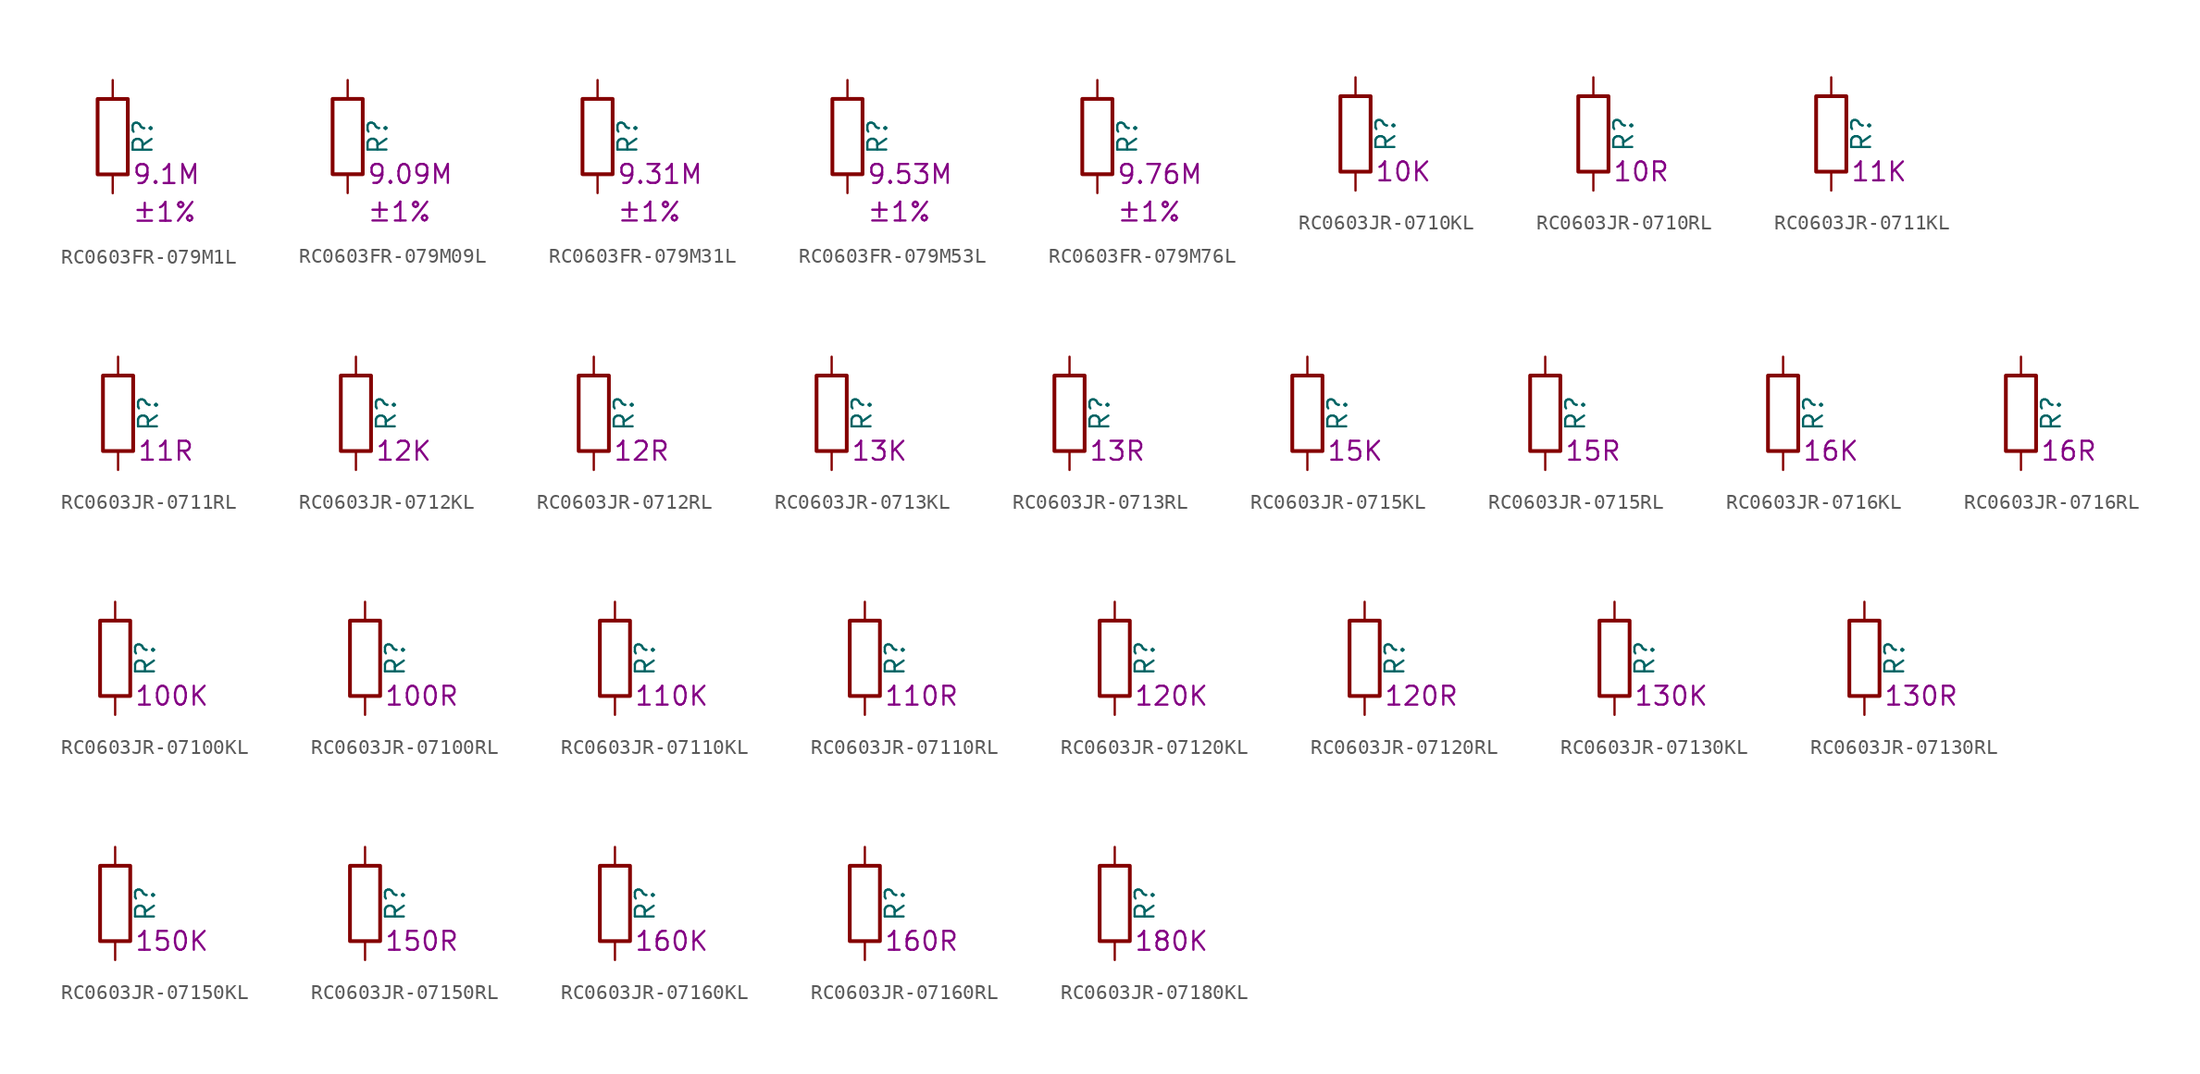
<source format=kicad_sym>
(kicad_symbol_lib
  (version 20220914)
  (generator kicad_symbol_editor)
  (symbol "RC0603FR-079M1L"
    (pin_numbers hide)
    (pin_names
      (offset 0))
    (property "Reference" "R"
      (at 2.032 0 90)
      (effects (font (size 1.27 1.27))))
    (property "Resistance" "9.1M"
      (at 1.27 -2.54 0)
      (effects (font (size 1.27 1.27)) (justify left)))
    (property "Tolerance" "±1%"
      (at 1.27 -5.08 0)
      (effects (font (size 1.27 1.27)) (justify left)))
    (symbol "RC0603FR-079M1L_0_1"
      (rectangle (start -1.016 -2.54) (end 1.016 2.54) (stroke (width 0.254) (type default)) (fill (type none))))
    (symbol "RC0603FR-079M1L_1_1"
      (pin passive line (at 0 3.81 270) (length 1.27) (name "~" (effects (font (size 1.27 1.27)))) (number "1" (effects (font (size 1.27 1.27)))))
      (pin passive line (at 0 -3.81 90) (length 1.27) (name "~" (effects (font (size 1.27 1.27)))) (number "2" (effects (font (size 1.27 1.27)))))))
  (symbol "RC0603FR-079M09L"
    (pin_numbers hide)
    (pin_names
      (offset 0))
    (property "Reference" "R"
      (at 2.032 0 90)
      (effects (font (size 1.27 1.27))))
    (property "Resistance" "9.09M"
      (at 1.27 -2.54 0)
      (effects (font (size 1.27 1.27)) (justify left)))
    (property "Tolerance" "±1%"
      (at 1.27 -5.08 0)
      (effects (font (size 1.27 1.27)) (justify left)))
    (symbol "RC0603FR-079M09L_0_1"
      (rectangle (start -1.016 -2.54) (end 1.016 2.54) (stroke (width 0.254) (type default)) (fill (type none))))
    (symbol "RC0603FR-079M09L_1_1"
      (pin passive line (at 0 3.81 270) (length 1.27) (name "~" (effects (font (size 1.27 1.27)))) (number "1" (effects (font (size 1.27 1.27)))))
      (pin passive line (at 0 -3.81 90) (length 1.27) (name "~" (effects (font (size 1.27 1.27)))) (number "2" (effects (font (size 1.27 1.27)))))))
  (symbol "RC0603FR-079M31L"
    (pin_numbers hide)
    (pin_names
      (offset 0))
    (property "Reference" "R"
      (at 2.032 0 90)
      (effects (font (size 1.27 1.27))))
    (property "Resistance" "9.31M"
      (at 1.27 -2.54 0)
      (effects (font (size 1.27 1.27)) (justify left)))
    (property "Tolerance" "±1%"
      (at 1.27 -5.08 0)
      (effects (font (size 1.27 1.27)) (justify left)))
    (symbol "RC0603FR-079M31L_0_1"
      (rectangle (start -1.016 -2.54) (end 1.016 2.54) (stroke (width 0.254) (type default)) (fill (type none))))
    (symbol "RC0603FR-079M31L_1_1"
      (pin passive line (at 0 3.81 270) (length 1.27) (name "~" (effects (font (size 1.27 1.27)))) (number "1" (effects (font (size 1.27 1.27)))))
      (pin passive line (at 0 -3.81 90) (length 1.27) (name "~" (effects (font (size 1.27 1.27)))) (number "2" (effects (font (size 1.27 1.27)))))))
  (symbol "RC0603FR-079M53L"
    (pin_numbers hide)
    (pin_names
      (offset 0))
    (property "Reference" "R"
      (at 2.032 0 90)
      (effects (font (size 1.27 1.27))))
    (property "Resistance" "9.53M"
      (at 1.27 -2.54 0)
      (effects (font (size 1.27 1.27)) (justify left)))
    (property "Tolerance" "±1%"
      (at 1.27 -5.08 0)
      (effects (font (size 1.27 1.27)) (justify left)))
    (symbol "RC0603FR-079M53L_0_1"
      (rectangle (start -1.016 -2.54) (end 1.016 2.54) (stroke (width 0.254) (type default)) (fill (type none))))
    (symbol "RC0603FR-079M53L_1_1"
      (pin passive line (at 0 3.81 270) (length 1.27) (name "~" (effects (font (size 1.27 1.27)))) (number "1" (effects (font (size 1.27 1.27)))))
      (pin passive line (at 0 -3.81 90) (length 1.27) (name "~" (effects (font (size 1.27 1.27)))) (number "2" (effects (font (size 1.27 1.27)))))))
  (symbol "RC0603FR-079M76L"
    (pin_numbers hide)
    (pin_names
      (offset 0))
    (property "Reference" "R"
      (at 2.032 0 90)
      (effects (font (size 1.27 1.27))))
    (property "Resistance" "9.76M"
      (at 1.27 -2.54 0)
      (effects (font (size 1.27 1.27)) (justify left)))
    (property "Tolerance" "±1%"
      (at 1.27 -5.08 0)
      (effects (font (size 1.27 1.27)) (justify left)))
    (symbol "RC0603FR-079M76L_0_1"
      (rectangle (start -1.016 -2.54) (end 1.016 2.54) (stroke (width 0.254) (type default)) (fill (type none))))
    (symbol "RC0603FR-079M76L_1_1"
      (pin passive line (at 0 3.81 270) (length 1.27) (name "~" (effects (font (size 1.27 1.27)))) (number "1" (effects (font (size 1.27 1.27)))))
      (pin passive line (at 0 -3.81 90) (length 1.27) (name "~" (effects (font (size 1.27 1.27)))) (number "2" (effects (font (size 1.27 1.27)))))))
  (symbol "RC0603JR-0710KL"
    (pin_numbers hide)
    (pin_names
      (offset 0))
    (property "Reference" "R"
      (at 2.032 0 90)
      (effects (font (size 1.27 1.27))))
    (property "Resistance" "10K"
      (at 1.27 -2.54 0)
      (effects (font (size 1.27 1.27)) (justify left)))
    (symbol "RC0603JR-0710KL_0_1"
      (rectangle (start -1.016 -2.54) (end 1.016 2.54) (stroke (width 0.254) (type default)) (fill (type none))))
    (symbol "RC0603JR-0710KL_1_1"
      (pin passive line (at 0 3.81 270) (length 1.27) (name "~" (effects (font (size 1.27 1.27)))) (number "1" (effects (font (size 1.27 1.27)))))
      (pin passive line (at 0 -3.81 90) (length 1.27) (name "~" (effects (font (size 1.27 1.27)))) (number "2" (effects (font (size 1.27 1.27)))))))
  (symbol "RC0603JR-0710RL"
    (pin_numbers hide)
    (pin_names
      (offset 0))
    (property "Reference" "R"
      (at 2.032 0 90)
      (effects (font (size 1.27 1.27))))
    (property "Resistance" "10R"
      (at 1.27 -2.54 0)
      (effects (font (size 1.27 1.27)) (justify left)))
    (symbol "RC0603JR-0710RL_0_1"
      (rectangle (start -1.016 -2.54) (end 1.016 2.54) (stroke (width 0.254) (type default)) (fill (type none))))
    (symbol "RC0603JR-0710RL_1_1"
      (pin passive line (at 0 3.81 270) (length 1.27) (name "~" (effects (font (size 1.27 1.27)))) (number "1" (effects (font (size 1.27 1.27)))))
      (pin passive line (at 0 -3.81 90) (length 1.27) (name "~" (effects (font (size 1.27 1.27)))) (number "2" (effects (font (size 1.27 1.27)))))))
  (symbol "RC0603JR-0711KL"
    (pin_numbers hide)
    (pin_names
      (offset 0))
    (property "Reference" "R"
      (at 2.032 0 90)
      (effects (font (size 1.27 1.27))))
    (property "Resistance" "11K"
      (at 1.27 -2.54 0)
      (effects (font (size 1.27 1.27)) (justify left)))
    (symbol "RC0603JR-0711KL_0_1"
      (rectangle (start -1.016 -2.54) (end 1.016 2.54) (stroke (width 0.254) (type default)) (fill (type none))))
    (symbol "RC0603JR-0711KL_1_1"
      (pin passive line (at 0 3.81 270) (length 1.27) (name "~" (effects (font (size 1.27 1.27)))) (number "1" (effects (font (size 1.27 1.27)))))
      (pin passive line (at 0 -3.81 90) (length 1.27) (name "~" (effects (font (size 1.27 1.27)))) (number "2" (effects (font (size 1.27 1.27)))))))
  (symbol "RC0603JR-0711RL"
    (pin_numbers hide)
    (pin_names
      (offset 0))
    (property "Reference" "R"
      (at 2.032 0 90)
      (effects (font (size 1.27 1.27))))
    (property "Resistance" "11R"
      (at 1.27 -2.54 0)
      (effects (font (size 1.27 1.27)) (justify left)))
    (symbol "RC0603JR-0711RL_0_1"
      (rectangle (start -1.016 -2.54) (end 1.016 2.54) (stroke (width 0.254) (type default)) (fill (type none))))
    (symbol "RC0603JR-0711RL_1_1"
      (pin passive line (at 0 3.81 270) (length 1.27) (name "~" (effects (font (size 1.27 1.27)))) (number "1" (effects (font (size 1.27 1.27)))))
      (pin passive line (at 0 -3.81 90) (length 1.27) (name "~" (effects (font (size 1.27 1.27)))) (number "2" (effects (font (size 1.27 1.27)))))))
  (symbol "RC0603JR-0712KL"
    (pin_numbers hide)
    (pin_names
      (offset 0))
    (property "Reference" "R"
      (at 2.032 0 90)
      (effects (font (size 1.27 1.27))))
    (property "Resistance" "12K"
      (at 1.27 -2.54 0)
      (effects (font (size 1.27 1.27)) (justify left)))
    (symbol "RC0603JR-0712KL_0_1"
      (rectangle (start -1.016 -2.54) (end 1.016 2.54) (stroke (width 0.254) (type default)) (fill (type none))))
    (symbol "RC0603JR-0712KL_1_1"
      (pin passive line (at 0 3.81 270) (length 1.27) (name "~" (effects (font (size 1.27 1.27)))) (number "1" (effects (font (size 1.27 1.27)))))
      (pin passive line (at 0 -3.81 90) (length 1.27) (name "~" (effects (font (size 1.27 1.27)))) (number "2" (effects (font (size 1.27 1.27)))))))
  (symbol "RC0603JR-0712RL"
    (pin_numbers hide)
    (pin_names
      (offset 0))
    (property "Reference" "R"
      (at 2.032 0 90)
      (effects (font (size 1.27 1.27))))
    (property "Resistance" "12R"
      (at 1.27 -2.54 0)
      (effects (font (size 1.27 1.27)) (justify left)))
    (symbol "RC0603JR-0712RL_0_1"
      (rectangle (start -1.016 -2.54) (end 1.016 2.54) (stroke (width 0.254) (type default)) (fill (type none))))
    (symbol "RC0603JR-0712RL_1_1"
      (pin passive line (at 0 3.81 270) (length 1.27) (name "~" (effects (font (size 1.27 1.27)))) (number "1" (effects (font (size 1.27 1.27)))))
      (pin passive line (at 0 -3.81 90) (length 1.27) (name "~" (effects (font (size 1.27 1.27)))) (number "2" (effects (font (size 1.27 1.27)))))))
  (symbol "RC0603JR-0713KL"
    (pin_numbers hide)
    (pin_names
      (offset 0))
    (property "Reference" "R"
      (at 2.032 0 90)
      (effects (font (size 1.27 1.27))))
    (property "Resistance" "13K"
      (at 1.27 -2.54 0)
      (effects (font (size 1.27 1.27)) (justify left)))
    (symbol "RC0603JR-0713KL_0_1"
      (rectangle (start -1.016 -2.54) (end 1.016 2.54) (stroke (width 0.254) (type default)) (fill (type none))))
    (symbol "RC0603JR-0713KL_1_1"
      (pin passive line (at 0 3.81 270) (length 1.27) (name "~" (effects (font (size 1.27 1.27)))) (number "1" (effects (font (size 1.27 1.27)))))
      (pin passive line (at 0 -3.81 90) (length 1.27) (name "~" (effects (font (size 1.27 1.27)))) (number "2" (effects (font (size 1.27 1.27)))))))
  (symbol "RC0603JR-0713RL"
    (pin_numbers hide)
    (pin_names
      (offset 0))
    (property "Reference" "R"
      (at 2.032 0 90)
      (effects (font (size 1.27 1.27))))
    (property "Resistance" "13R"
      (at 1.27 -2.54 0)
      (effects (font (size 1.27 1.27)) (justify left)))
    (symbol "RC0603JR-0713RL_0_1"
      (rectangle (start -1.016 -2.54) (end 1.016 2.54) (stroke (width 0.254) (type default)) (fill (type none))))
    (symbol "RC0603JR-0713RL_1_1"
      (pin passive line (at 0 3.81 270) (length 1.27) (name "~" (effects (font (size 1.27 1.27)))) (number "1" (effects (font (size 1.27 1.27)))))
      (pin passive line (at 0 -3.81 90) (length 1.27) (name "~" (effects (font (size 1.27 1.27)))) (number "2" (effects (font (size 1.27 1.27)))))))
  (symbol "RC0603JR-0715KL"
    (pin_numbers hide)
    (pin_names
      (offset 0))
    (property "Reference" "R"
      (at 2.032 0 90)
      (effects (font (size 1.27 1.27))))
    (property "Resistance" "15K"
      (at 1.27 -2.54 0)
      (effects (font (size 1.27 1.27)) (justify left)))
    (symbol "RC0603JR-0715KL_0_1"
      (rectangle (start -1.016 -2.54) (end 1.016 2.54) (stroke (width 0.254) (type default)) (fill (type none))))
    (symbol "RC0603JR-0715KL_1_1"
      (pin passive line (at 0 3.81 270) (length 1.27) (name "~" (effects (font (size 1.27 1.27)))) (number "1" (effects (font (size 1.27 1.27)))))
      (pin passive line (at 0 -3.81 90) (length 1.27) (name "~" (effects (font (size 1.27 1.27)))) (number "2" (effects (font (size 1.27 1.27)))))))
  (symbol "RC0603JR-0715RL"
    (pin_numbers hide)
    (pin_names
      (offset 0))
    (property "Reference" "R"
      (at 2.032 0 90)
      (effects (font (size 1.27 1.27))))
    (property "Resistance" "15R"
      (at 1.27 -2.54 0)
      (effects (font (size 1.27 1.27)) (justify left)))
    (symbol "RC0603JR-0715RL_0_1"
      (rectangle (start -1.016 -2.54) (end 1.016 2.54) (stroke (width 0.254) (type default)) (fill (type none))))
    (symbol "RC0603JR-0715RL_1_1"
      (pin passive line (at 0 3.81 270) (length 1.27) (name "~" (effects (font (size 1.27 1.27)))) (number "1" (effects (font (size 1.27 1.27)))))
      (pin passive line (at 0 -3.81 90) (length 1.27) (name "~" (effects (font (size 1.27 1.27)))) (number "2" (effects (font (size 1.27 1.27)))))))
  (symbol "RC0603JR-0716KL"
    (pin_numbers hide)
    (pin_names
      (offset 0))
    (property "Reference" "R"
      (at 2.032 0 90)
      (effects (font (size 1.27 1.27))))
    (property "Resistance" "16K"
      (at 1.27 -2.54 0)
      (effects (font (size 1.27 1.27)) (justify left)))
    (symbol "RC0603JR-0716KL_0_1"
      (rectangle (start -1.016 -2.54) (end 1.016 2.54) (stroke (width 0.254) (type default)) (fill (type none))))
    (symbol "RC0603JR-0716KL_1_1"
      (pin passive line (at 0 3.81 270) (length 1.27) (name "~" (effects (font (size 1.27 1.27)))) (number "1" (effects (font (size 1.27 1.27)))))
      (pin passive line (at 0 -3.81 90) (length 1.27) (name "~" (effects (font (size 1.27 1.27)))) (number "2" (effects (font (size 1.27 1.27)))))))
  (symbol "RC0603JR-0716RL"
    (pin_numbers hide)
    (pin_names
      (offset 0))
    (property "Reference" "R"
      (at 2.032 0 90)
      (effects (font (size 1.27 1.27))))
    (property "Resistance" "16R"
      (at 1.27 -2.54 0)
      (effects (font (size 1.27 1.27)) (justify left)))
    (symbol "RC0603JR-0716RL_0_1"
      (rectangle (start -1.016 -2.54) (end 1.016 2.54) (stroke (width 0.254) (type default)) (fill (type none))))
    (symbol "RC0603JR-0716RL_1_1"
      (pin passive line (at 0 3.81 270) (length 1.27) (name "~" (effects (font (size 1.27 1.27)))) (number "1" (effects (font (size 1.27 1.27)))))
      (pin passive line (at 0 -3.81 90) (length 1.27) (name "~" (effects (font (size 1.27 1.27)))) (number "2" (effects (font (size 1.27 1.27)))))))
  (symbol "RC0603JR-07100KL"
    (pin_numbers hide)
    (pin_names
      (offset 0))
    (property "Reference" "R"
      (at 2.032 0 90)
      (effects (font (size 1.27 1.27))))
    (property "Resistance" "100K"
      (at 1.27 -2.54 0)
      (effects (font (size 1.27 1.27)) (justify left)))
    (symbol "RC0603JR-07100KL_0_1"
      (rectangle (start -1.016 -2.54) (end 1.016 2.54) (stroke (width 0.254) (type default)) (fill (type none))))
    (symbol "RC0603JR-07100KL_1_1"
      (pin passive line (at 0 3.81 270) (length 1.27) (name "~" (effects (font (size 1.27 1.27)))) (number "1" (effects (font (size 1.27 1.27)))))
      (pin passive line (at 0 -3.81 90) (length 1.27) (name "~" (effects (font (size 1.27 1.27)))) (number "2" (effects (font (size 1.27 1.27)))))))
  (symbol "RC0603JR-07100RL"
    (pin_numbers hide)
    (pin_names
      (offset 0))
    (property "Reference" "R"
      (at 2.032 0 90)
      (effects (font (size 1.27 1.27))))
    (property "Resistance" "100R"
      (at 1.27 -2.54 0)
      (effects (font (size 1.27 1.27)) (justify left)))
    (symbol "RC0603JR-07100RL_0_1"
      (rectangle (start -1.016 -2.54) (end 1.016 2.54) (stroke (width 0.254) (type default)) (fill (type none))))
    (symbol "RC0603JR-07100RL_1_1"
      (pin passive line (at 0 3.81 270) (length 1.27) (name "~" (effects (font (size 1.27 1.27)))) (number "1" (effects (font (size 1.27 1.27)))))
      (pin passive line (at 0 -3.81 90) (length 1.27) (name "~" (effects (font (size 1.27 1.27)))) (number "2" (effects (font (size 1.27 1.27)))))))
  (symbol "RC0603JR-07110KL"
    (pin_numbers hide)
    (pin_names
      (offset 0))
    (property "Reference" "R"
      (at 2.032 0 90)
      (effects (font (size 1.27 1.27))))
    (property "Resistance" "110K"
      (at 1.27 -2.54 0)
      (effects (font (size 1.27 1.27)) (justify left)))
    (symbol "RC0603JR-07110KL_0_1"
      (rectangle (start -1.016 -2.54) (end 1.016 2.54) (stroke (width 0.254) (type default)) (fill (type none))))
    (symbol "RC0603JR-07110KL_1_1"
      (pin passive line (at 0 3.81 270) (length 1.27) (name "~" (effects (font (size 1.27 1.27)))) (number "1" (effects (font (size 1.27 1.27)))))
      (pin passive line (at 0 -3.81 90) (length 1.27) (name "~" (effects (font (size 1.27 1.27)))) (number "2" (effects (font (size 1.27 1.27)))))))
  (symbol "RC0603JR-07110RL"
    (pin_numbers hide)
    (pin_names
      (offset 0))
    (property "Reference" "R"
      (at 2.032 0 90)
      (effects (font (size 1.27 1.27))))
    (property "Resistance" "110R"
      (at 1.27 -2.54 0)
      (effects (font (size 1.27 1.27)) (justify left)))
    (symbol "RC0603JR-07110RL_0_1"
      (rectangle (start -1.016 -2.54) (end 1.016 2.54) (stroke (width 0.254) (type default)) (fill (type none))))
    (symbol "RC0603JR-07110RL_1_1"
      (pin passive line (at 0 3.81 270) (length 1.27) (name "~" (effects (font (size 1.27 1.27)))) (number "1" (effects (font (size 1.27 1.27)))))
      (pin passive line (at 0 -3.81 90) (length 1.27) (name "~" (effects (font (size 1.27 1.27)))) (number "2" (effects (font (size 1.27 1.27)))))))
  (symbol "RC0603JR-07120KL"
    (pin_numbers hide)
    (pin_names
      (offset 0))
    (property "Reference" "R"
      (at 2.032 0 90)
      (effects (font (size 1.27 1.27))))
    (property "Resistance" "120K"
      (at 1.27 -2.54 0)
      (effects (font (size 1.27 1.27)) (justify left)))
    (symbol "RC0603JR-07120KL_0_1"
      (rectangle (start -1.016 -2.54) (end 1.016 2.54) (stroke (width 0.254) (type default)) (fill (type none))))
    (symbol "RC0603JR-07120KL_1_1"
      (pin passive line (at 0 3.81 270) (length 1.27) (name "~" (effects (font (size 1.27 1.27)))) (number "1" (effects (font (size 1.27 1.27)))))
      (pin passive line (at 0 -3.81 90) (length 1.27) (name "~" (effects (font (size 1.27 1.27)))) (number "2" (effects (font (size 1.27 1.27)))))))
  (symbol "RC0603JR-07120RL"
    (pin_numbers hide)
    (pin_names
      (offset 0))
    (property "Reference" "R"
      (at 2.032 0 90)
      (effects (font (size 1.27 1.27))))
    (property "Resistance" "120R"
      (at 1.27 -2.54 0)
      (effects (font (size 1.27 1.27)) (justify left)))
    (symbol "RC0603JR-07120RL_0_1"
      (rectangle (start -1.016 -2.54) (end 1.016 2.54) (stroke (width 0.254) (type default)) (fill (type none))))
    (symbol "RC0603JR-07120RL_1_1"
      (pin passive line (at 0 3.81 270) (length 1.27) (name "~" (effects (font (size 1.27 1.27)))) (number "1" (effects (font (size 1.27 1.27)))))
      (pin passive line (at 0 -3.81 90) (length 1.27) (name "~" (effects (font (size 1.27 1.27)))) (number "2" (effects (font (size 1.27 1.27)))))))
  (symbol "RC0603JR-07130KL"
    (pin_numbers hide)
    (pin_names
      (offset 0))
    (property "Reference" "R"
      (at 2.032 0 90)
      (effects (font (size 1.27 1.27))))
    (property "Resistance" "130K"
      (at 1.27 -2.54 0)
      (effects (font (size 1.27 1.27)) (justify left)))
    (symbol "RC0603JR-07130KL_0_1"
      (rectangle (start -1.016 -2.54) (end 1.016 2.54) (stroke (width 0.254) (type default)) (fill (type none))))
    (symbol "RC0603JR-07130KL_1_1"
      (pin passive line (at 0 3.81 270) (length 1.27) (name "~" (effects (font (size 1.27 1.27)))) (number "1" (effects (font (size 1.27 1.27)))))
      (pin passive line (at 0 -3.81 90) (length 1.27) (name "~" (effects (font (size 1.27 1.27)))) (number "2" (effects (font (size 1.27 1.27)))))))
  (symbol "RC0603JR-07130RL"
    (pin_numbers hide)
    (pin_names
      (offset 0))
    (property "Reference" "R"
      (at 2.032 0 90)
      (effects (font (size 1.27 1.27))))
    (property "Resistance" "130R"
      (at 1.27 -2.54 0)
      (effects (font (size 1.27 1.27)) (justify left)))
    (symbol "RC0603JR-07130RL_0_1"
      (rectangle (start -1.016 -2.54) (end 1.016 2.54) (stroke (width 0.254) (type default)) (fill (type none))))
    (symbol "RC0603JR-07130RL_1_1"
      (pin passive line (at 0 3.81 270) (length 1.27) (name "~" (effects (font (size 1.27 1.27)))) (number "1" (effects (font (size 1.27 1.27)))))
      (pin passive line (at 0 -3.81 90) (length 1.27) (name "~" (effects (font (size 1.27 1.27)))) (number "2" (effects (font (size 1.27 1.27)))))))
  (symbol "RC0603JR-07150KL"
    (pin_numbers hide)
    (pin_names
      (offset 0))
    (property "Reference" "R"
      (at 2.032 0 90)
      (effects (font (size 1.27 1.27))))
    (property "Resistance" "150K"
      (at 1.27 -2.54 0)
      (effects (font (size 1.27 1.27)) (justify left)))
    (symbol "RC0603JR-07150KL_0_1"
      (rectangle (start -1.016 -2.54) (end 1.016 2.54) (stroke (width 0.254) (type default)) (fill (type none))))
    (symbol "RC0603JR-07150KL_1_1"
      (pin passive line (at 0 3.81 270) (length 1.27) (name "~" (effects (font (size 1.27 1.27)))) (number "1" (effects (font (size 1.27 1.27)))))
      (pin passive line (at 0 -3.81 90) (length 1.27) (name "~" (effects (font (size 1.27 1.27)))) (number "2" (effects (font (size 1.27 1.27)))))))
  (symbol "RC0603JR-07150RL"
    (pin_numbers hide)
    (pin_names
      (offset 0))
    (property "Reference" "R"
      (at 2.032 0 90)
      (effects (font (size 1.27 1.27))))
    (property "Resistance" "150R"
      (at 1.27 -2.54 0)
      (effects (font (size 1.27 1.27)) (justify left)))
    (symbol "RC0603JR-07150RL_0_1"
      (rectangle (start -1.016 -2.54) (end 1.016 2.54) (stroke (width 0.254) (type default)) (fill (type none))))
    (symbol "RC0603JR-07150RL_1_1"
      (pin passive line (at 0 3.81 270) (length 1.27) (name "~" (effects (font (size 1.27 1.27)))) (number "1" (effects (font (size 1.27 1.27)))))
      (pin passive line (at 0 -3.81 90) (length 1.27) (name "~" (effects (font (size 1.27 1.27)))) (number "2" (effects (font (size 1.27 1.27)))))))
  (symbol "RC0603JR-07160KL"
    (pin_numbers hide)
    (pin_names
      (offset 0))
    (property "Reference" "R"
      (at 2.032 0 90)
      (effects (font (size 1.27 1.27))))
    (property "Resistance" "160K"
      (at 1.27 -2.54 0)
      (effects (font (size 1.27 1.27)) (justify left)))
    (symbol "RC0603JR-07160KL_0_1"
      (rectangle (start -1.016 -2.54) (end 1.016 2.54) (stroke (width 0.254) (type default)) (fill (type none))))
    (symbol "RC0603JR-07160KL_1_1"
      (pin passive line (at 0 3.81 270) (length 1.27) (name "~" (effects (font (size 1.27 1.27)))) (number "1" (effects (font (size 1.27 1.27)))))
      (pin passive line (at 0 -3.81 90) (length 1.27) (name "~" (effects (font (size 1.27 1.27)))) (number "2" (effects (font (size 1.27 1.27)))))))
  (symbol "RC0603JR-07160RL"
    (pin_numbers hide)
    (pin_names
      (offset 0))
    (property "Reference" "R"
      (at 2.032 0 90)
      (effects (font (size 1.27 1.27))))
    (property "Resistance" "160R"
      (at 1.27 -2.54 0)
      (effects (font (size 1.27 1.27)) (justify left)))
    (symbol "RC0603JR-07160RL_0_1"
      (rectangle (start -1.016 -2.54) (end 1.016 2.54) (stroke (width 0.254) (type default)) (fill (type none))))
    (symbol "RC0603JR-07160RL_1_1"
      (pin passive line (at 0 3.81 270) (length 1.27) (name "~" (effects (font (size 1.27 1.27)))) (number "1" (effects (font (size 1.27 1.27)))))
      (pin passive line (at 0 -3.81 90) (length 1.27) (name "~" (effects (font (size 1.27 1.27)))) (number "2" (effects (font (size 1.27 1.27)))))))
  (symbol "RC0603JR-07180KL"
    (pin_numbers hide)
    (pin_names
      (offset 0))
    (property "Reference" "R"
      (at 2.032 0 90)
      (effects (font (size 1.27 1.27))))
    (property "Resistance" "180K"
      (at 1.27 -2.54 0)
      (effects (font (size 1.27 1.27)) (justify left)))
    (symbol "RC0603JR-07180KL_0_1"
      (rectangle (start -1.016 -2.54) (end 1.016 2.54) (stroke (width 0.254) (type default)) (fill (type none))))
    (symbol "RC0603JR-07180KL_1_1"
      (pin passive line (at 0 3.81 270) (length 1.27) (name "~" (effects (font (size 1.27 1.27)))) (number "1" (effects (font (size 1.27 1.27)))))
      (pin passive line (at 0 -3.81 90) (length 1.27) (name "~" (effects (font (size 1.27 1.27)))) (number "2" (effects (font (size 1.27 1.27))))))))
</source>
